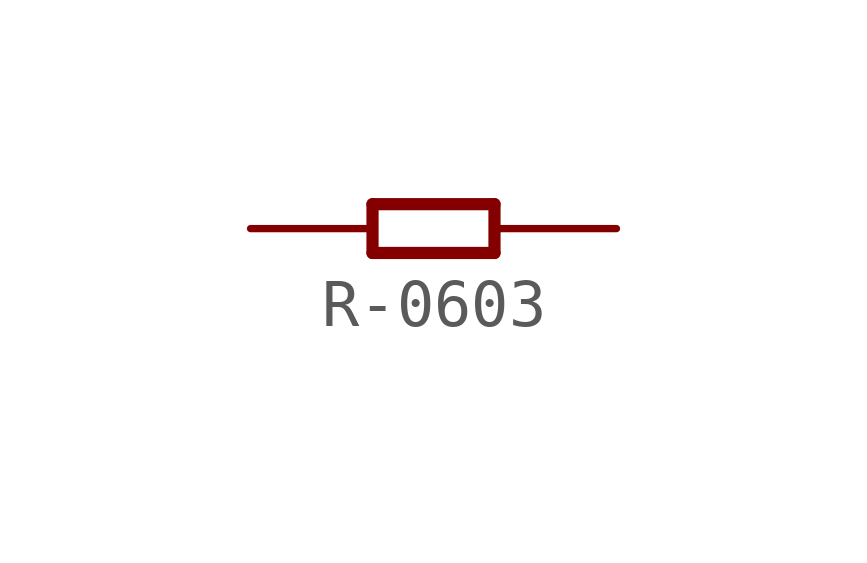
<source format=kicad_sym>
(kicad_symbol_lib
  (version 20231120)
  (generator "kicad_symbol_editor")
  (generator_version "8.0")
  (symbol "R-0603"
    (property "Reference" "R"
      (at -2.54 0 0)
      (effects (font (size 0.635 0.54)) (justify left bottom) (hide yes)))
    (property "ki_locked" ""
      (at 0 0 0)
      (effects (font (size 1.27 1.27))))
    (symbol "R-0603_1_0"
      (polyline (pts (xy -1.27 -0.508) (xy -1.27 0.508)) (stroke (width 0.254) (type solid)) (fill (type none)))
      (polyline (pts (xy -1.27 0.508) (xy 1.27 0.508)) (stroke (width 0.254) (type solid)) (fill (type none)))
      (polyline (pts (xy 1.27 -0.508) (xy -1.27 -0.508)) (stroke (width 0.254) (type solid)) (fill (type none)))
      (polyline (pts (xy 1.27 0.508) (xy 1.27 -0.508)) (stroke (width 0.254) (type solid)) (fill (type none)))
      (pin passive line (at -3.81 0 0) (length 2.54) (name "1" (effects (font (size 0 0)))) (number "1" (effects (font (size 0 0)))))
      (pin passive line (at 3.81 0 180) (length 2.54) (name "2" (effects (font (size 0 0)))) (number "2" (effects (font (size 0 0))))))))
</source>
